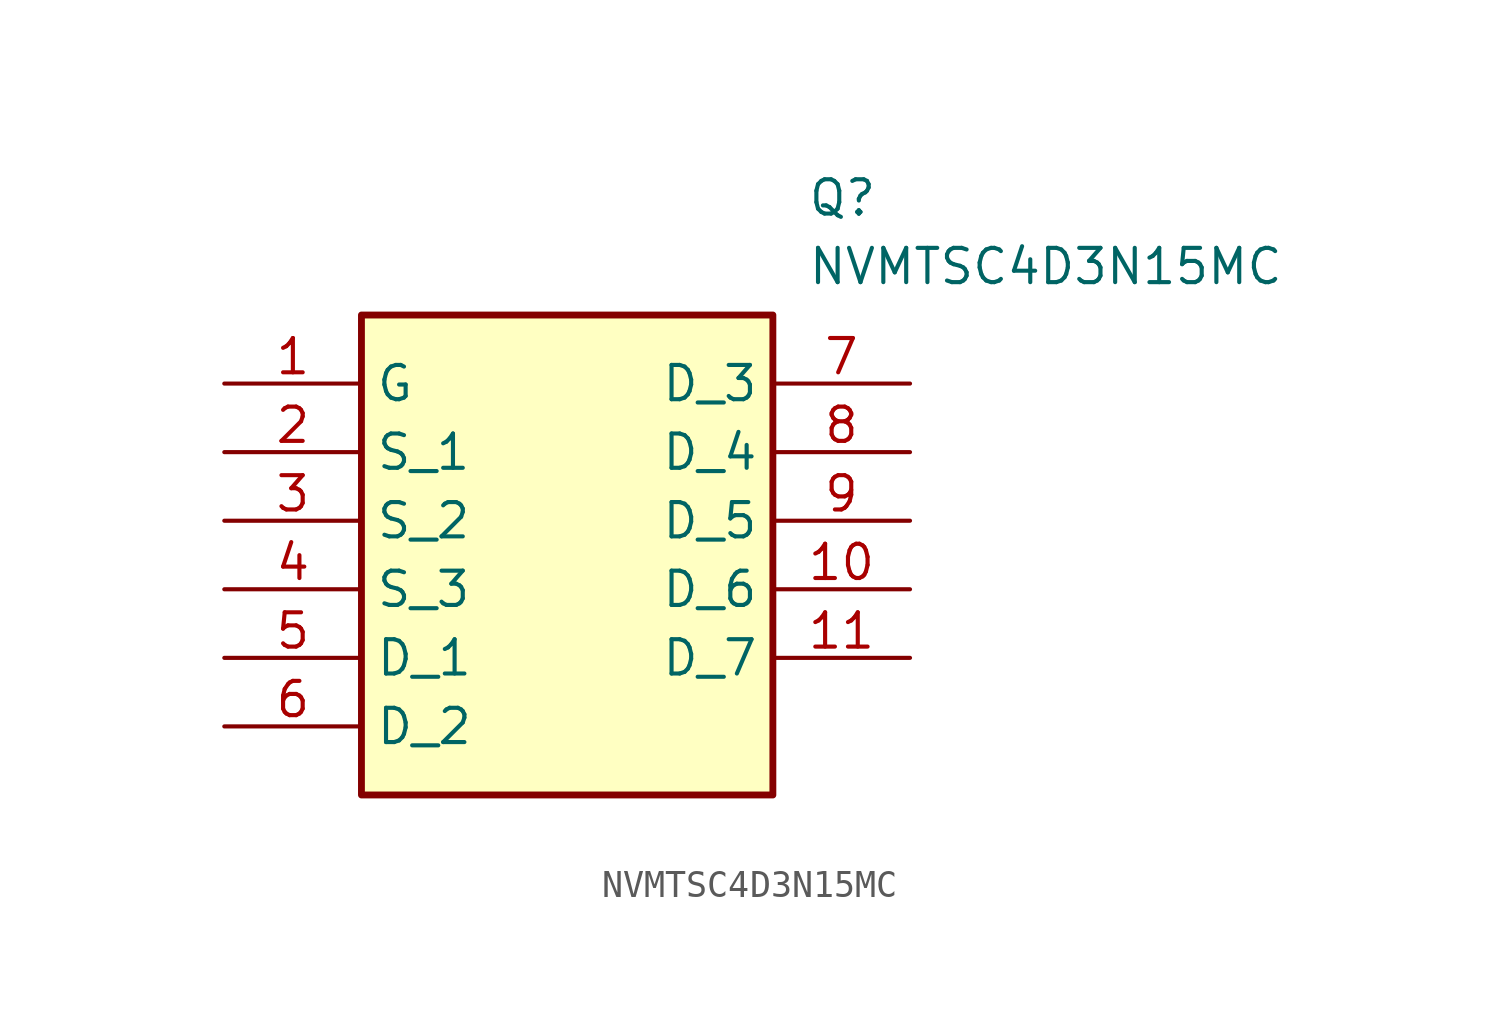
<source format=kicad_sym>
(kicad_symbol_lib
  (version 20211014)
  (generator SamacSys_ECAD_Model)
  (symbol "NVMTSC4D3N15MC"
    (property "Reference" "Q"
      (at 21.59 7.62 0)
      (effects (font (size 1.27 1.27)) (justify left top)))
    (property "Value" "NVMTSC4D3N15MC"
      (at 21.59 5.08 0)
      (effects (font (size 1.27 1.27)) (justify left top)))
    (rectangle
      (start 5.08 2.54)
      (end 20.32 -15.24)
      (stroke (width 0.254) (type default))
      (fill (type background)))
    (pin passive line
      (at 0 0 0)
      (length 5.08)
      (name "G" (effects (font (size 1.27 1.27))))
      (number "1" (effects (font (size 1.27 1.27)))))
    (pin passive line
      (at 0 -2.54 0)
      (length 5.08)
      (name "S_1" (effects (font (size 1.27 1.27))))
      (number "2" (effects (font (size 1.27 1.27)))))
    (pin passive line
      (at 0 -5.08 0)
      (length 5.08)
      (name "S_2" (effects (font (size 1.27 1.27))))
      (number "3" (effects (font (size 1.27 1.27)))))
    (pin passive line
      (at 0 -7.62 0)
      (length 5.08)
      (name "S_3" (effects (font (size 1.27 1.27))))
      (number "4" (effects (font (size 1.27 1.27)))))
    (pin passive line
      (at 0 -10.16 0)
      (length 5.08)
      (name "D_1" (effects (font (size 1.27 1.27))))
      (number "5" (effects (font (size 1.27 1.27)))))
    (pin passive line
      (at 0 -12.7 0)
      (length 5.08)
      (name "D_2" (effects (font (size 1.27 1.27))))
      (number "6" (effects (font (size 1.27 1.27)))))
    (pin passive line
      (at 25.4 0 180)
      (length 5.08)
      (name "D_3" (effects (font (size 1.27 1.27))))
      (number "7" (effects (font (size 1.27 1.27)))))
    (pin passive line
      (at 25.4 -2.54 180)
      (length 5.08)
      (name "D_4" (effects (font (size 1.27 1.27))))
      (number "8" (effects (font (size 1.27 1.27)))))
    (pin passive line
      (at 25.4 -5.08 180)
      (length 5.08)
      (name "D_5" (effects (font (size 1.27 1.27))))
      (number "9" (effects (font (size 1.27 1.27)))))
    (pin passive line
      (at 25.4 -7.62 180)
      (length 5.08)
      (name "D_6" (effects (font (size 1.27 1.27))))
      (number "10" (effects (font (size 1.27 1.27)))))
    (pin passive line
      (at 25.4 -10.16 180)
      (length 5.08)
      (name "D_7" (effects (font (size 1.27 1.27))))
      (number "11" (effects (font (size 1.27 1.27)))))))
</source>
